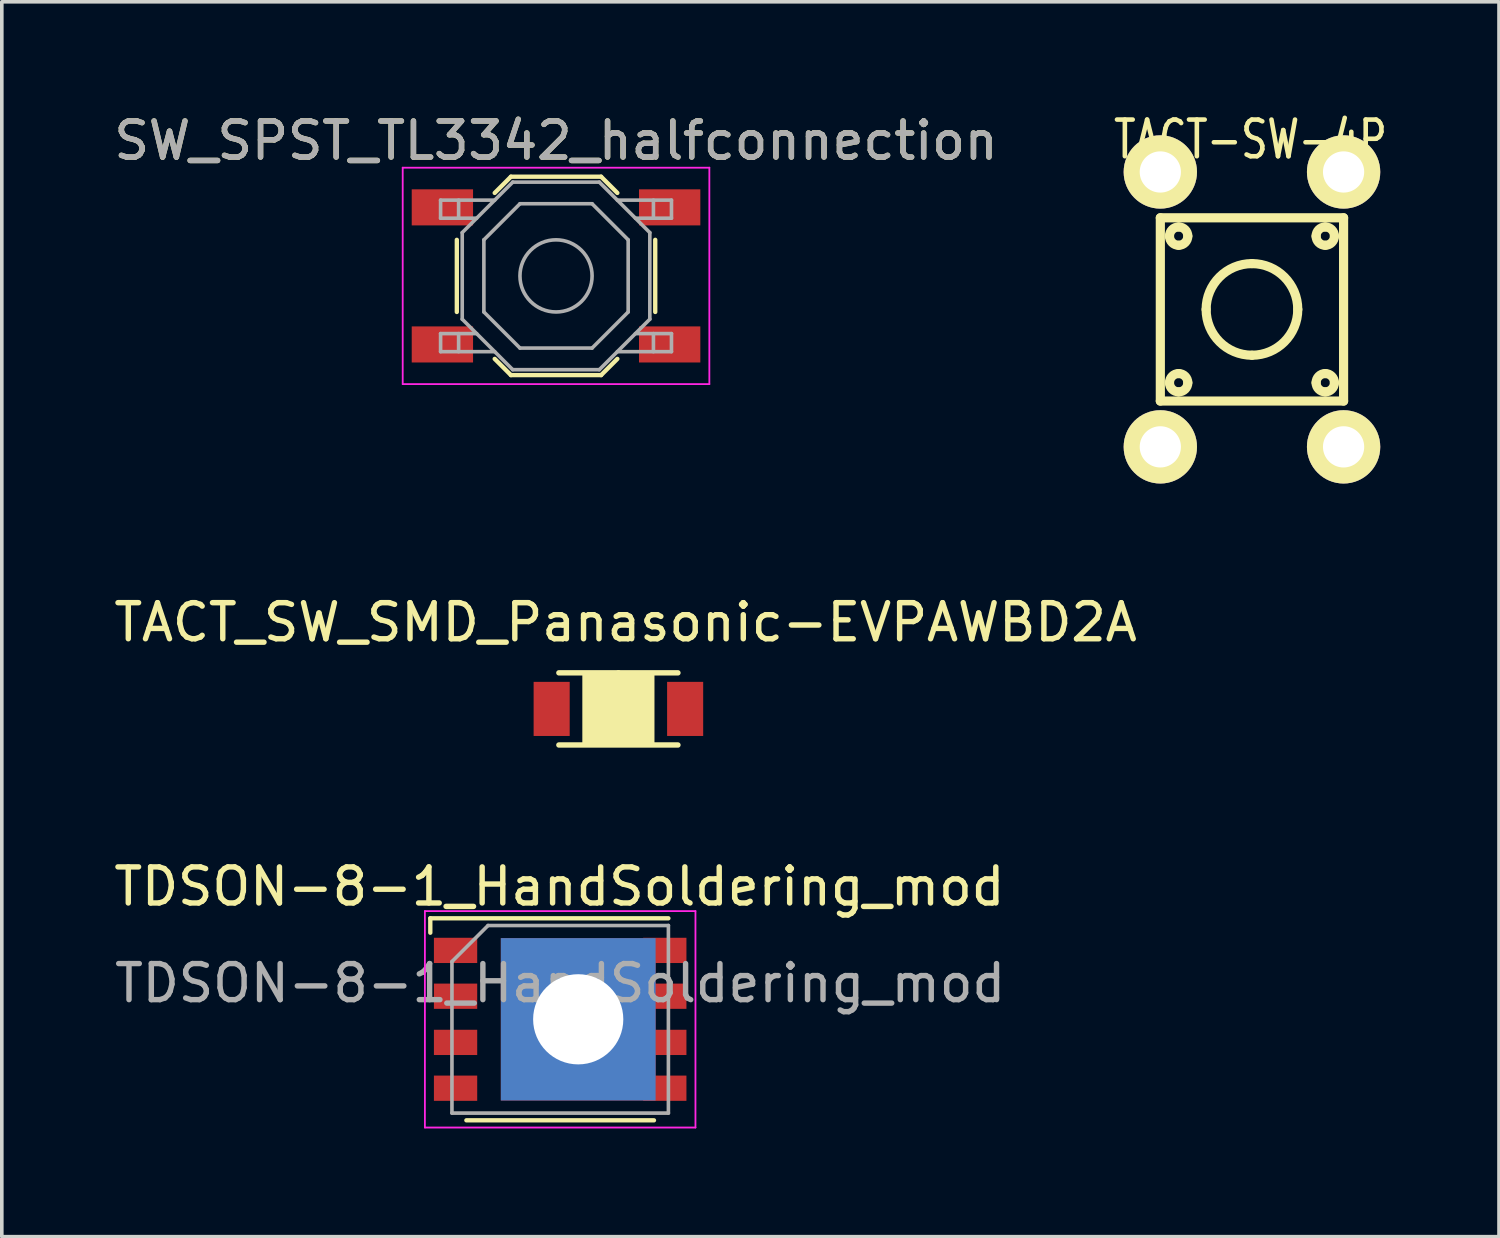
<source format=kicad_pcb>
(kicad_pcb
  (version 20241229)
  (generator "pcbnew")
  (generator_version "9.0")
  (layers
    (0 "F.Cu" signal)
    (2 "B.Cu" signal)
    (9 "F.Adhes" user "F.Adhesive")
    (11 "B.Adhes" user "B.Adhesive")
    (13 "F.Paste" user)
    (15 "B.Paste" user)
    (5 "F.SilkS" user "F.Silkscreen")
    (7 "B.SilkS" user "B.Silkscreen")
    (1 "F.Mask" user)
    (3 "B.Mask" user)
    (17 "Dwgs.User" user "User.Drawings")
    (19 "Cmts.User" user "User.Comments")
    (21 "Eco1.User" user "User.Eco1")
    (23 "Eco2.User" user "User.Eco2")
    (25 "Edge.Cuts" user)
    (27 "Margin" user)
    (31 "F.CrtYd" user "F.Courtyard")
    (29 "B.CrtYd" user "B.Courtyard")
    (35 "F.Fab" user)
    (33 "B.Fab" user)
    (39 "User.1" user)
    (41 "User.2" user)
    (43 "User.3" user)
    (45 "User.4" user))
  (footprint "TACT_SW_SMD_Panasonic-EVPAWBD2A"
    (layer "F.Cu")
    (at 14.092 16.601)
    (property "Reference" "TACT_SW_SMD_Panasonic-EVPAWBD2A" (at 0.2 -2.4 0) (layer "F.SilkS") (effects (font (size 1 1) (thickness 0.15))))
    (attr through_hole)
    (fp_line (start -1.65 -1) (end 0 -1) (stroke (width 0.15) (type solid)) (layer "F.SilkS"))
    (fp_line (start 0 -1) (end 1.65 -1) (stroke (width 0.15) (type solid)) (layer "F.SilkS"))
    (fp_line (start 1.65 1) (end -1.65 1) (stroke (width 0.15) (type solid)) (layer "F.SilkS"))
    (fp_poly (pts (xy -0.95 -1) (xy 0.95 -1) (xy 0.95 1) (xy -0.95 1)) (stroke (width 0.1) (type solid)) (fill yes) (layer "F.SilkS"))
    (pad "1" smd rect (at 1.85 0) (size 1 1.5) (layers "F.Cu" "F.Mask" "F.Paste"))
    (pad "2" smd rect (at -1.85 0) (size 1 1.5) (layers "F.Cu" "F.Mask" "F.Paste")))
  (footprint "TDSON-8-1_HandSoldering_mod"
    (layer "F.Cu")
    (at 12.478 25.205)
    (property "Reference" "TDSON-8-1_HandSoldering_mod" (at -0.02 -3.68 0) (layer "F.SilkS") (effects (font (size 1 1) (thickness 0.15))))
    (attr smd)
    (fp_line (start -3.6 -2.8) (end -3.6 -2.4) (stroke (width 0.12) (type solid)) (layer "F.SilkS"))
    (fp_line (start 2.6 2.8) (end -2.6 2.8) (stroke (width 0.12) (type solid)) (layer "F.SilkS"))
    (fp_line (start 3 -2.8) (end -3.6 -2.8) (stroke (width 0.12) (type solid)) (layer "F.SilkS"))
    (fp_line (start -3.75 -3) (end -3.75 3) (stroke (width 0.05) (type solid)) (layer "F.CrtYd"))
    (fp_line (start -3.75 3) (end 3.75 3) (stroke (width 0.05) (type solid)) (layer "F.CrtYd"))
    (fp_line (start 3.75 -3) (end -3.75 -3) (stroke (width 0.05) (type solid)) (layer "F.CrtYd"))
    (fp_line (start 3.75 3) (end 3.75 -3) (stroke (width 0.05) (type solid)) (layer "F.CrtYd"))
    (fp_line (start -3 2.6) (end -3 -1.6) (stroke (width 0.1) (type solid)) (layer "F.Fab"))
    (fp_line (start -2 -2.6) (end -3 -1.6) (stroke (width 0.1) (type solid)) (layer "F.Fab"))
    (fp_line (start -2 -2.6) (end 3 -2.6) (stroke (width 0.1) (type solid)) (layer "F.Fab"))
    (fp_line (start 3 -2.6) (end 3 2.6) (stroke (width 0.1) (type solid)) (layer "F.Fab"))
    (fp_line (start 3 2.6) (end -3 2.6) (stroke (width 0.1) (type solid)) (layer "F.Fab"))
    (fp_text user "${REFERENCE}" (at 0 -1 0) (layer "F.Fab") (effects (font (size 1 1) (thickness 0.15))))
    (pad "1" smd rect (at -2.9 -1.91 270) (size 0.7 1.2) (layers "F.Cu" "F.Mask" "F.Paste"))
    (pad "2" smd rect (at -2.9 -0.64 270) (size 0.7 1.2) (layers "F.Cu" "F.Mask" "F.Paste"))
    (pad "3" smd rect (at -2.9 0.64 270) (size 0.7 1.2) (layers "F.Cu" "F.Mask" "F.Paste"))
    (pad "4" smd rect (at -2.9 1.91 270) (size 0.7 1.2) (layers "F.Cu" "F.Mask" "F.Paste"))
    (pad "5" thru_hole rect (at 0.5 0 270) (size 4.5 4.29) (drill 2.5) (layers "*.Cu" "*.Mask"))
    (pad "5" smd rect (at 2.9 1.91 270) (size 0.7 1.2) (layers "F.Cu" "F.Mask" "F.Paste"))
    (pad "6" smd rect (at 2.9 0.64 270) (size 0.7 1.2) (layers "F.Cu" "F.Mask" "F.Paste"))
    (pad "7" smd rect (at 2.9 -0.64 270) (size 0.7 1.2) (layers "F.Cu" "F.Mask" "F.Paste"))
    (pad "8" smd rect (at 2.9 -1.91 270) (size 0.7 1.2) (layers "F.Cu" "F.Mask" "F.Paste")))
  (footprint "SW_SPST_TL3342_halfconnection"
    (layer "F.Cu")
    (at 12.363 4.598)
    (property "Reference" "SW_SPST_TL3342_halfconnection" (at 0 -3.75 0) (layer "F.SilkS") (effects (font (size 1 1) (thickness 0.15))))
    (attr smd)
    (fp_line (start -2.75 -1) (end -2.75 1) (stroke (width 0.12) (type solid)) (layer "F.SilkS"))
    (fp_line (start -1.7 -2.3) (end -1.25 -2.75) (stroke (width 0.12) (type solid)) (layer "F.SilkS"))
    (fp_line (start -1.7 2.3) (end -1.25 2.75) (stroke (width 0.12) (type solid)) (layer "F.SilkS"))
    (fp_line (start -1.25 -2.75) (end 1.25 -2.75) (stroke (width 0.12) (type solid)) (layer "F.SilkS"))
    (fp_line (start -1.25 2.75) (end 1.25 2.75) (stroke (width 0.12) (type solid)) (layer "F.SilkS"))
    (fp_line (start 1.7 -2.3) (end 1.25 -2.75) (stroke (width 0.12) (type solid)) (layer "F.SilkS"))
    (fp_line (start 1.7 2.3) (end 1.25 2.75) (stroke (width 0.12) (type solid)) (layer "F.SilkS"))
    (fp_line (start 2.75 -1) (end 2.75 1) (stroke (width 0.12) (type solid)) (layer "F.SilkS"))
    (fp_line (start -4.25 -3) (end 4.25 -3) (stroke (width 0.05) (type solid)) (layer "F.CrtYd"))
    (fp_line (start -4.25 3) (end -4.25 -3) (stroke (width 0.05) (type solid)) (layer "F.CrtYd"))
    (fp_line (start 4.25 -3) (end 4.25 3) (stroke (width 0.05) (type solid)) (layer "F.CrtYd"))
    (fp_line (start 4.25 3) (end -4.25 3) (stroke (width 0.05) (type solid)) (layer "F.CrtYd"))
    (fp_line (start -3.2 -2.1) (end -3.2 -1.6) (stroke (width 0.1) (type solid)) (layer "F.Fab"))
    (fp_line (start -3.2 -1.6) (end -2.2 -1.6) (stroke (width 0.1) (type solid)) (layer "F.Fab"))
    (fp_line (start -3.2 1.6) (end -2.2 1.6) (stroke (width 0.1) (type solid)) (layer "F.Fab"))
    (fp_line (start -3.2 2.1) (end -3.2 1.6) (stroke (width 0.1) (type solid)) (layer "F.Fab"))
    (fp_line (start -2.7 -2.1) (end -2.7 -1.6) (stroke (width 0.1) (type solid)) (layer "F.Fab"))
    (fp_line (start -2.7 2.1) (end -2.7 1.6) (stroke (width 0.1) (type solid)) (layer "F.Fab"))
    (fp_line (start -2.6 -1.2) (end -2.6 1.2) (stroke (width 0.1) (type solid)) (layer "F.Fab"))
    (fp_line (start -2.6 1.2) (end -1.2 2.6) (stroke (width 0.1) (type solid)) (layer "F.Fab"))
    (fp_line (start -2 -1) (end -1 -2) (stroke (width 0.1) (type solid)) (layer "F.Fab"))
    (fp_line (start -2 1) (end -2 -1) (stroke (width 0.1) (type solid)) (layer "F.Fab"))
    (fp_line (start -1.7 -2.1) (end -3.2 -2.1) (stroke (width 0.1) (type solid)) (layer "F.Fab"))
    (fp_line (start -1.7 2.1) (end -3.2 2.1) (stroke (width 0.1) (type solid)) (layer "F.Fab"))
    (fp_line (start -1.2 -2.6) (end -2.6 -1.2) (stroke (width 0.1) (type solid)) (layer "F.Fab"))
    (fp_line (start -1.2 2.6) (end 1.2 2.6) (stroke (width 0.1) (type solid)) (layer "F.Fab"))
    (fp_line (start -1 -2) (end 1 -2) (stroke (width 0.1) (type solid)) (layer "F.Fab"))
    (fp_line (start -1 2) (end -2 1) (stroke (width 0.1) (type solid)) (layer "F.Fab"))
    (fp_line (start 1 -2) (end 2 -1) (stroke (width 0.1) (type solid)) (layer "F.Fab"))
    (fp_line (start 1 2) (end -1 2) (stroke (width 0.1) (type solid)) (layer "F.Fab"))
    (fp_line (start 1.2 -2.6) (end -1.2 -2.6) (stroke (width 0.1) (type solid)) (layer "F.Fab"))
    (fp_line (start 1.2 2.6) (end 2.6 1.2) (stroke (width 0.1) (type solid)) (layer "F.Fab"))
    (fp_line (start 1.7 -2.1) (end 3.2 -2.1) (stroke (width 0.1) (type solid)) (layer "F.Fab"))
    (fp_line (start 1.7 2.1) (end 3.2 2.1) (stroke (width 0.1) (type solid)) (layer "F.Fab"))
    (fp_line (start 2 -1) (end 2 1) (stroke (width 0.1) (type solid)) (layer "F.Fab"))
    (fp_line (start 2 1) (end 1 2) (stroke (width 0.1) (type solid)) (layer "F.Fab"))
    (fp_line (start 2.6 -1.2) (end 1.2 -2.6) (stroke (width 0.1) (type solid)) (layer "F.Fab"))
    (fp_line (start 2.6 1.2) (end 2.6 -1.2) (stroke (width 0.1) (type solid)) (layer "F.Fab"))
    (fp_line (start 2.7 -2.1) (end 2.7 -1.6) (stroke (width 0.1) (type solid)) (layer "F.Fab"))
    (fp_line (start 2.7 2.1) (end 2.7 1.6) (stroke (width 0.1) (type solid)) (layer "F.Fab"))
    (fp_line (start 3.2 -2.1) (end 3.2 -1.6) (stroke (width 0.1) (type solid)) (layer "F.Fab"))
    (fp_line (start 3.2 -1.6) (end 2.2 -1.6) (stroke (width 0.1) (type solid)) (layer "F.Fab"))
    (fp_line (start 3.2 1.6) (end 2.2 1.6) (stroke (width 0.1) (type solid)) (layer "F.Fab"))
    (fp_line (start 3.2 2.1) (end 3.2 1.6) (stroke (width 0.1) (type solid)) (layer "F.Fab"))
    (fp_circle (center 0 0) (end 1 0) (stroke (width 0.1) (type solid)) (fill no) (layer "F.Fab"))
    (fp_text user "${REFERENCE}" (at 0 -3.75 0) (layer "F.Fab") (effects (font (size 1 1) (thickness 0.15))))
    (pad "1" smd rect (at -3.15 -1.9) (size 1.7 1) (layers "F.Cu" "F.Mask" "F.Paste"))
    (pad "2" smd rect (at -3.15 1.9) (size 1.7 1) (layers "F.Cu" "F.Mask" "F.Paste"))
    (pad "NC" smd rect (at 3.15 -1.9) (size 1.7 1) (layers "F.Cu" "F.Mask" "F.Paste"))
    (pad "NC" smd rect (at 3.15 1.9) (size 1.7 1) (layers "F.Cu" "F.Mask" "F.Paste")))
  (footprint "TACT-SW-4P"
    (layer "F.Cu")
    (at 29.114 1.717)
    (property "Reference" "TACT-SW-4P" (at 2.5 -0.9 0) (layer "F.SilkS") (effects (font (size 1.016 0.762) (thickness 0.127))))
    (attr through_hole)
    (fp_line (start 0 1.27) (end 5.08 1.27) (stroke (width 0.254) (type solid)) (layer "F.SilkS"))
    (fp_line (start 0 6.35) (end 0 1.27) (stroke (width 0.254) (type solid)) (layer "F.SilkS"))
    (fp_line (start 5.08 1.27) (end 5.08 6.35) (stroke (width 0.254) (type solid)) (layer "F.SilkS"))
    (fp_line (start 5.08 6.35) (end 0 6.35) (stroke (width 0.254) (type solid)) (layer "F.SilkS"))
    (fp_arc (start 0.254 1.778) (mid 0.328395 1.598395) (end 0.508 1.524) (stroke (width 0.254) (type solid)) (layer "F.SilkS"))
    (fp_arc (start 0.254 5.842) (mid 0.328395 5.662395) (end 0.508 5.588) (stroke (width 0.254) (type solid)) (layer "F.SilkS"))
    (fp_arc (start 0.508 1.524) (mid 0.687605 1.598395) (end 0.762 1.778) (stroke (width 0.254) (type solid)) (layer "F.SilkS"))
    (fp_arc (start 0.508 2.032) (mid 0.328395 1.957605) (end 0.254 1.778) (stroke (width 0.254) (type solid)) (layer "F.SilkS"))
    (fp_arc (start 0.508 5.588) (mid 0.687605 5.662395) (end 0.762 5.842) (stroke (width 0.254) (type solid)) (layer "F.SilkS"))
    (fp_arc (start 0.508 6.096) (mid 0.328395 6.021605) (end 0.254 5.842) (stroke (width 0.254) (type solid)) (layer "F.SilkS"))
    (fp_arc (start 0.762 1.778) (mid 0.687605 1.957605) (end 0.508 2.032) (stroke (width 0.254) (type solid)) (layer "F.SilkS"))
    (fp_arc (start 0.762 5.842) (mid 0.687605 6.021605) (end 0.508 6.096) (stroke (width 0.254) (type solid)) (layer "F.SilkS"))
    (fp_arc (start 1.27 3.81) (mid 1.641974 2.911974) (end 2.54 2.54) (stroke (width 0.254) (type solid)) (layer "F.SilkS"))
    (fp_arc (start 2.54 2.54) (mid 3.438026 2.911974) (end 3.81 3.81) (stroke (width 0.254) (type solid)) (layer "F.SilkS"))
    (fp_arc (start 2.54 5.08) (mid 1.641974 4.708026) (end 1.27 3.81) (stroke (width 0.254) (type solid)) (layer "F.SilkS"))
    (fp_arc (start 3.81 3.81) (mid 3.438026 4.708026) (end 2.54 5.08) (stroke (width 0.254) (type solid)) (layer "F.SilkS"))
    (fp_arc (start 4.318 1.778) (mid 4.392395 1.598395) (end 4.572 1.524) (stroke (width 0.254) (type solid)) (layer "F.SilkS"))
    (fp_arc (start 4.318 5.842) (mid 4.392395 5.662395) (end 4.572 5.588) (stroke (width 0.254) (type solid)) (layer "F.SilkS"))
    (fp_arc (start 4.572 1.524) (mid 4.751605 1.598395) (end 4.826 1.778) (stroke (width 0.254) (type solid)) (layer "F.SilkS"))
    (fp_arc (start 4.572 2.032) (mid 4.392395 1.957605) (end 4.318 1.778) (stroke (width 0.254) (type solid)) (layer "F.SilkS"))
    (fp_arc (start 4.572 5.588) (mid 4.751605 5.662395) (end 4.826 5.842) (stroke (width 0.254) (type solid)) (layer "F.SilkS"))
    (fp_arc (start 4.572 6.096) (mid 4.392395 6.021605) (end 4.318 5.842) (stroke (width 0.254) (type solid)) (layer "F.SilkS"))
    (fp_arc (start 4.826 1.778) (mid 4.751605 1.957605) (end 4.572 2.032) (stroke (width 0.254) (type solid)) (layer "F.SilkS"))
    (fp_arc (start 4.826 5.842) (mid 4.751605 6.021605) (end 4.572 6.096) (stroke (width 0.254) (type solid)) (layer "F.SilkS"))
    (pad "0" thru_hole circle (at 0 0) (size 2.032 2.032) (drill 1.143) (layers "*.Cu" "*.Mask" "F.SilkS"))
    (pad "0" thru_hole circle (at 5.08 0) (size 2.032 2.032) (drill 1.143) (layers "*.Cu" "*.Mask" "F.SilkS"))
    (pad "1" thru_hole circle (at 0 7.62) (size 2.032 2.032) (drill 1.143) (layers "*.Cu" "*.Mask" "F.SilkS"))
    (pad "2" thru_hole circle (at 5.08 7.62) (size 2.032 2.032) (drill 1.143) (layers "*.Cu" "*.Mask" "F.SilkS")))
  (gr_rect
    (start -3 -3)
    (end 38.502 31.23)
    (stroke (width 0.1) (type default))
    (fill no)
    (layer "Edge.Cuts")))
</source>
